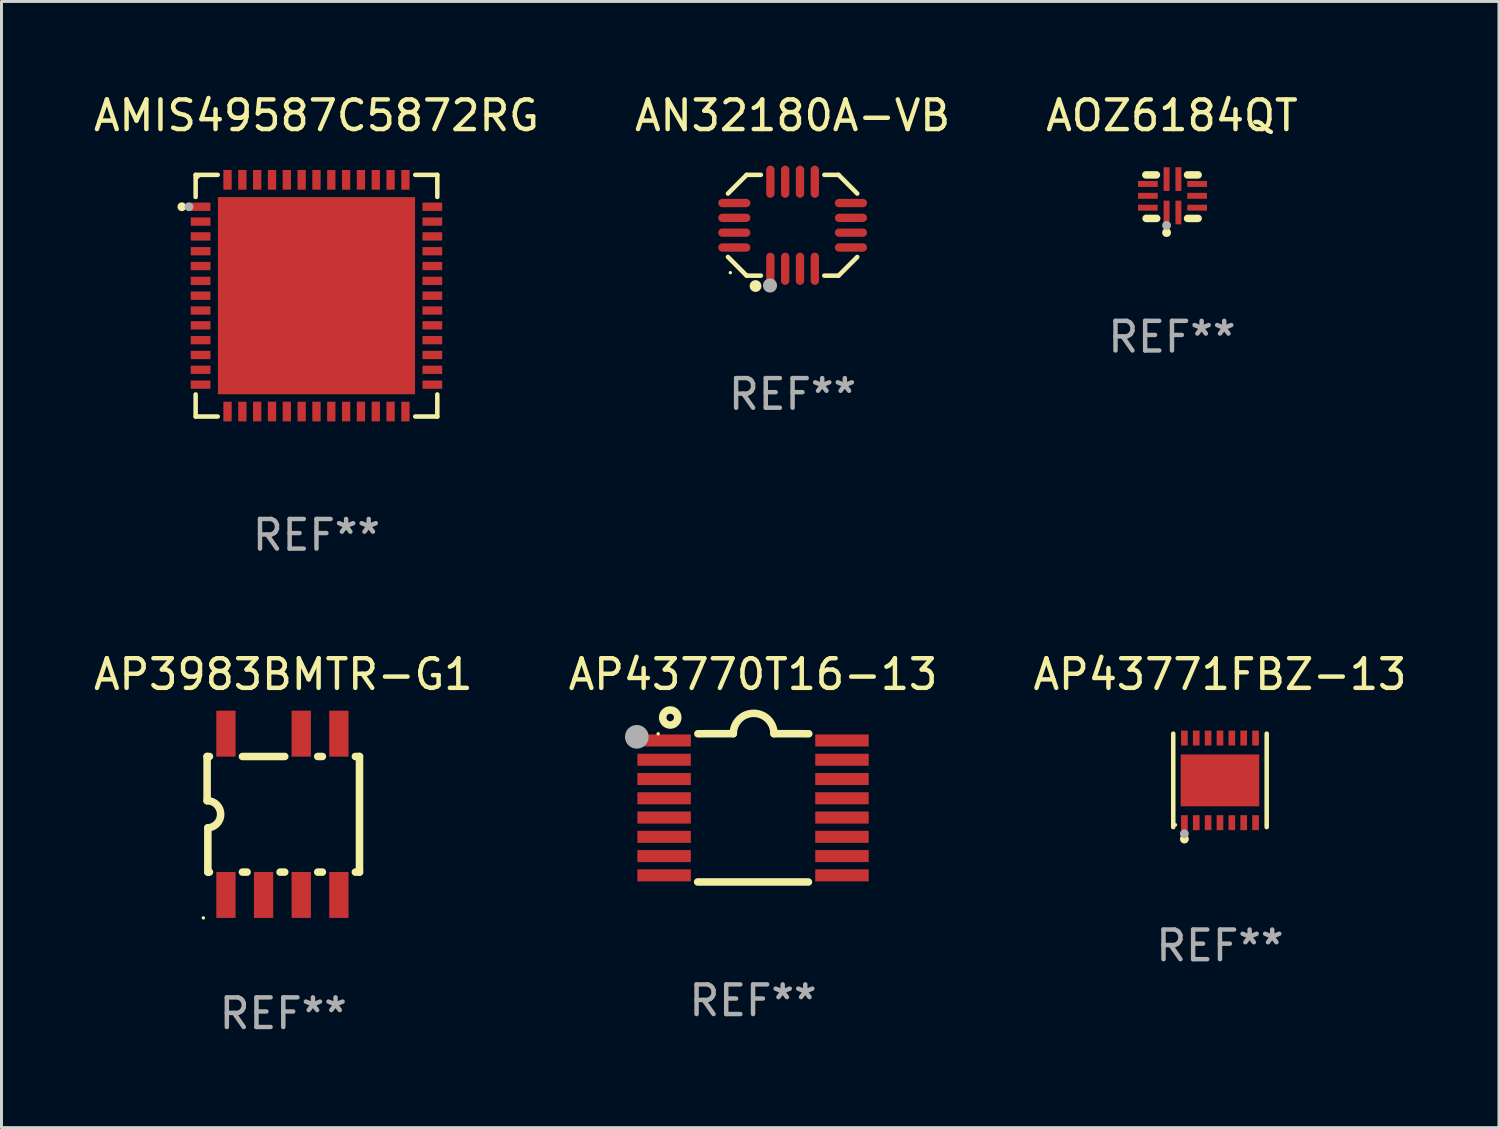
<source format=kicad_pcb>
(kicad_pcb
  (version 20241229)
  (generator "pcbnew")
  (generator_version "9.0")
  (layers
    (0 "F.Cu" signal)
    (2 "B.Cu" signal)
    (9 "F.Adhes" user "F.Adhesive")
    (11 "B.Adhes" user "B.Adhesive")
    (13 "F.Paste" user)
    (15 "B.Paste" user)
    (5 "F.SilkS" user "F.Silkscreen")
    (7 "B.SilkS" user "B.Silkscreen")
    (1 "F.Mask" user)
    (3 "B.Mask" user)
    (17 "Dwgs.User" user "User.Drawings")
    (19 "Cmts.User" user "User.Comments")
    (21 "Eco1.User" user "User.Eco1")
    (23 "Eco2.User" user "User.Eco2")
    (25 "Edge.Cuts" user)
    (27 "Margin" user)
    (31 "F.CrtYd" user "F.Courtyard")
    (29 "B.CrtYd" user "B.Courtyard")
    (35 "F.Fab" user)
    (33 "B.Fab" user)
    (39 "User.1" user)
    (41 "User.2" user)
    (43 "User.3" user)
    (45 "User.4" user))
  (footprint "AP43770T16-13"
    (layer "F.Cu")
    (at 22.351 24.199)
    (property "Reference" "AP43770T16-13" (at 0 -4.501 0) (layer "F.SilkS") (effects (font (size 1 1) (thickness 0.15))))
    (attr through_hole)
    (fp_line (start -1.868 2.501) (end 1.868 2.501) (stroke (width 0.254) (type solid)) (layer "F.SilkS"))
    (fp_line (start -1.86 -2.499) (end -0.666 -2.501) (stroke (width 0.254) (type solid)) (layer "F.SilkS"))
    (fp_line (start 0.706 -2.501) (end 1.88 -2.499) (stroke (width 0.254) (type solid)) (layer "F.SilkS"))
    (fp_arc (start -0.665914 -2.501448) (mid 0.019888 -3.18725) (end 0.70569 -2.501448) (stroke (width 0.254001) (type solid)) (layer "F.SilkS"))
    (fp_circle (center -3.2 -2.497) (end -3.17 -2.497) (stroke (width 0.06) (type solid)) (fill no) (layer "F.SilkS"))
    (fp_circle (center -2.794 -3.047) (end -2.54 -3.047) (stroke (width 0.254) (type solid)) (fill no) (layer "F.SilkS"))
    (fp_circle (center -3.921 -2.395) (end -3.721 -2.395) (stroke (width 0.4) (type solid)) (fill no) (layer "F.Fab"))
    (fp_text user "REF**" (at 0 6.501 0) (layer "F.Fab") (effects (font (size 1 1) (thickness 0.15))))
    (pad "1" smd rect (at -3 -2.272) (size 1.803 0.406) (layers "F.Cu" "F.Mask" "F.Paste"))
    (pad "2" smd rect (at -3 -1.622) (size 1.803 0.406) (layers "F.Cu" "F.Mask" "F.Paste"))
    (pad "3" smd rect (at -3 -0.972) (size 1.803 0.406) (layers "F.Cu" "F.Mask" "F.Paste"))
    (pad "4" smd rect (at -3 -0.322) (size 1.803 0.406) (layers "F.Cu" "F.Mask" "F.Paste"))
    (pad "5" smd rect (at -3 0.328) (size 1.803 0.406) (layers "F.Cu" "F.Mask" "F.Paste"))
    (pad "6" smd rect (at -3 0.978) (size 1.803 0.406) (layers "F.Cu" "F.Mask" "F.Paste"))
    (pad "7" smd rect (at -3 1.628) (size 1.803 0.406) (layers "F.Cu" "F.Mask" "F.Paste"))
    (pad "8" smd rect (at -3 2.278) (size 1.803 0.406) (layers "F.Cu" "F.Mask" "F.Paste"))
    (pad "9" smd rect (at 3 2.278) (size 1.803 0.406) (layers "F.Cu" "F.Mask" "F.Paste"))
    (pad "10" smd rect (at 3 1.628) (size 1.803 0.406) (layers "F.Cu" "F.Mask" "F.Paste"))
    (pad "11" smd rect (at 3 0.978) (size 1.803 0.406) (layers "F.Cu" "F.Mask" "F.Paste"))
    (pad "12" smd rect (at 3 0.328) (size 1.803 0.406) (layers "F.Cu" "F.Mask" "F.Paste"))
    (pad "13" smd rect (at 3 -0.322) (size 1.803 0.406) (layers "F.Cu" "F.Mask" "F.Paste"))
    (pad "14" smd rect (at 3 -0.972) (size 1.803 0.406) (layers "F.Cu" "F.Mask" "F.Paste"))
    (pad "15" smd rect (at 3 -1.622) (size 1.803 0.406) (layers "F.Cu" "F.Mask" "F.Paste"))
    (pad "16" smd rect (at 3 -2.272) (size 1.803 0.406) (layers "F.Cu" "F.Mask" "F.Paste")))
  (footprint "AP43771FBZ-13"
    (layer "F.Cu")
    (at 38.101 23.273)
    (property "Reference" "AP43771FBZ-13" (at 0 -3.576 0) (layer "F.SilkS") (effects (font (size 1 1) (thickness 0.15))))
    (attr through_hole)
    (fp_line (start -1.576 1.576) (end -1.576 -1.576) (stroke (width 0.152) (type solid)) (layer "F.SilkS"))
    (fp_line (start 1.576 1.576) (end 1.576 -1.576) (stroke (width 0.152) (type solid)) (layer "F.SilkS"))
    (fp_circle (center -1.5 1.5) (end -1.47 1.5) (stroke (width 0.06) (type solid)) (fill no) (layer "F.SilkS"))
    (fp_circle (center -1.2 1.98) (end -1.125 1.98) (stroke (width 0.15) (type solid)) (fill no) (layer "F.SilkS"))
    (fp_circle (center -1.2 1.8) (end -1.125 1.8) (stroke (width 0.15) (type solid)) (fill no) (layer "F.Fab"))
    (fp_text user "REF**" (at 0 5.576 0) (layer "F.Fab") (effects (font (size 1 1) (thickness 0.15))))
    (pad "1" smd rect (at -1.2 1.427) (size 0.224 0.505) (layers "F.Cu" "F.Mask" "F.Paste"))
    (pad "2" smd rect (at -0.8 1.427) (size 0.224 0.505) (layers "F.Cu" "F.Mask" "F.Paste"))
    (pad "3" smd rect (at -0.4 1.427) (size 0.224 0.505) (layers "F.Cu" "F.Mask" "F.Paste"))
    (pad "4" smd rect (at 0 1.427) (size 0.224 0.505) (layers "F.Cu" "F.Mask" "F.Paste"))
    (pad "5" smd rect (at 0.4 1.427) (size 0.224 0.505) (layers "F.Cu" "F.Mask" "F.Paste"))
    (pad "6" smd rect (at 0.8 1.427) (size 0.224 0.505) (layers "F.Cu" "F.Mask" "F.Paste"))
    (pad "7" smd rect (at 1.2 1.427) (size 0.224 0.505) (layers "F.Cu" "F.Mask" "F.Paste"))
    (pad "8" smd rect (at 1.2 -1.427) (size 0.224 0.505) (layers "F.Cu" "F.Mask" "F.Paste"))
    (pad "9" smd rect (at 0.8 -1.427) (size 0.224 0.505) (layers "F.Cu" "F.Mask" "F.Paste"))
    (pad "10" smd rect (at 0.4 -1.427) (size 0.224 0.505) (layers "F.Cu" "F.Mask" "F.Paste"))
    (pad "11" smd rect (at 0 -1.427) (size 0.224 0.505) (layers "F.Cu" "F.Mask" "F.Paste"))
    (pad "12" smd rect (at -0.4 -1.427) (size 0.224 0.505) (layers "F.Cu" "F.Mask" "F.Paste"))
    (pad "13" smd rect (at -0.8 -1.427) (size 0.224 0.505) (layers "F.Cu" "F.Mask" "F.Paste"))
    (pad "14" smd rect (at -1.2 -1.427) (size 0.224 0.505) (layers "F.Cu" "F.Mask" "F.Paste"))
    (pad "15" smd rect (at 0 0) (size 2.65 1.75) (layers "F.Cu" "F.Mask" "F.Paste")))
  (footprint "AOZ6184QT"
    (layer "F.Cu")
    (at 36.482 3.583)
    (property "Reference" "AOZ6184QT" (at 0 -2.734 0) (layer "F.SilkS") (effects (font (size 1 1) (thickness 0.15))))
    (attr through_hole)
    (fp_line (start -0.881 -0.734) (end -0.526 -0.734) (stroke (width 0.254) (type solid)) (layer "F.SilkS"))
    (fp_line (start -0.871 0.734) (end -0.516 0.734) (stroke (width 0.254) (type solid)) (layer "F.SilkS"))
    (fp_line (start 0.526 -0.734) (end 0.881 -0.734) (stroke (width 0.254) (type solid)) (layer "F.SilkS"))
    (fp_line (start 0.526 0.734) (end 0.881 0.734) (stroke (width 0.254) (type solid)) (layer "F.SilkS"))
    (fp_circle (center -0.882 0.672) (end -0.852 0.672) (stroke (width 0.06) (type solid)) (fill no) (layer "F.SilkS"))
    (fp_circle (center -0.182 1.212) (end -0.107 1.212) (stroke (width 0.15) (type solid)) (fill no) (layer "F.SilkS"))
    (fp_circle (center -0.182 0.972) (end -0.107 0.972) (stroke (width 0.15) (type solid)) (fill no) (layer "F.Fab"))
    (fp_text user "REF**" (at 0 4.734 0) (layer "F.Fab") (effects (font (size 1 1) (thickness 0.15))))
    (pad "1" smd rect (at -0.182 0.534) (size 0.2 0.8) (layers "F.Cu" "F.Mask" "F.Paste"))
    (pad "2" smd rect (at 0.217 0.534) (size 0.2 0.8) (layers "F.Cu" "F.Mask" "F.Paste"))
    (pad "3" smd rect (at 0.848 0.372) (size 0.665 0.2) (layers "F.Cu" "F.Mask" "F.Paste"))
    (pad "4" smd rect (at 0.848 -0.028) (size 0.665 0.2) (layers "F.Cu" "F.Mask" "F.Paste"))
    (pad "5" smd rect (at 0.848 -0.428) (size 0.665 0.2) (layers "F.Cu" "F.Mask" "F.Paste"))
    (pad "6" smd rect (at 0.217 -0.592) (size 0.2 0.8) (layers "F.Cu" "F.Mask" "F.Paste"))
    (pad "7" smd rect (at -0.182 -0.592) (size 0.2 0.8) (layers "F.Cu" "F.Mask" "F.Paste"))
    (pad "8" smd rect (at -0.813 -0.428) (size 0.665 0.2) (layers "F.Cu" "F.Mask" "F.Paste"))
    (pad "9" smd rect (at -0.813 -0.028) (size 0.665 0.2) (layers "F.Cu" "F.Mask" "F.Paste"))
    (pad "10" smd rect (at -0.813 0.372) (size 0.665 0.2) (layers "F.Cu" "F.Mask" "F.Paste")))
  (footprint "AMIS49587C5872RG"
    (layer "F.Cu")
    (at 7.625 6.924)
    (property "Reference" "AMIS49587C5872RG" (at 0 -6.076 0) (layer "F.SilkS") (effects (font (size 1 1) (thickness 0.15))))
    (attr through_hole)
    (fp_circle (center 1.397 -0.889) (end 2.883 -0.889) (stroke (width 0.254) (type solid)) (fill no) (layer "F.Cu"))
    (fp_line (start -4.076 -4.076) (end -4.076 -3.331) (stroke (width 0.152) (type solid)) (layer "F.SilkS"))
    (fp_line (start -4.076 4.076) (end -4.076 3.331) (stroke (width 0.152) (type solid)) (layer "F.SilkS"))
    (fp_line (start -3.331 -4.076) (end -4.076 -4.076) (stroke (width 0.152) (type solid)) (layer "F.SilkS"))
    (fp_line (start -3.331 4.076) (end -4.076 4.076) (stroke (width 0.152) (type solid)) (layer "F.SilkS"))
    (fp_line (start 3.331 -4.076) (end 4.076 -4.076) (stroke (width 0.152) (type solid)) (layer "F.SilkS"))
    (fp_line (start 3.331 4.076) (end 4.076 4.076) (stroke (width 0.152) (type solid)) (layer "F.SilkS"))
    (fp_line (start 4.076 -4.076) (end 4.076 -3.331) (stroke (width 0.152) (type solid)) (layer "F.SilkS"))
    (fp_line (start 4.076 4.076) (end 4.076 3.331) (stroke (width 0.152) (type solid)) (layer "F.SilkS"))
    (fp_circle (center -4.54 -3) (end -4.465 -3) (stroke (width 0.15) (type solid)) (fill no) (layer "F.SilkS"))
    (fp_circle (center -4 -4) (end -3.97 -4) (stroke (width 0.06) (type solid)) (fill no) (layer "F.SilkS"))
    (fp_circle (center -4.3 -3) (end -4.225 -3) (stroke (width 0.15) (type solid)) (fill no) (layer "F.Fab"))
    (fp_text user "REF**" (at 0 8.076 0) (layer "F.Fab") (effects (font (size 1 1) (thickness 0.15))))
    (pad "1" smd rect (at -3.908 -3) (size 0.665 0.28) (layers "F.Cu" "F.Mask" "F.Paste"))
    (pad "2" smd rect (at -3.908 -2.5) (size 0.665 0.28) (layers "F.Cu" "F.Mask" "F.Paste"))
    (pad "3" smd rect (at -3.908 -2) (size 0.665 0.28) (layers "F.Cu" "F.Mask" "F.Paste"))
    (pad "4" smd rect (at -3.908 -1.5) (size 0.665 0.28) (layers "F.Cu" "F.Mask" "F.Paste"))
    (pad "5" smd rect (at -3.908 -1) (size 0.665 0.28) (layers "F.Cu" "F.Mask" "F.Paste"))
    (pad "6" smd rect (at -3.908 -0.5) (size 0.665 0.28) (layers "F.Cu" "F.Mask" "F.Paste"))
    (pad "7" smd rect (at -3.908 0) (size 0.665 0.28) (layers "F.Cu" "F.Mask" "F.Paste"))
    (pad "8" smd rect (at -3.908 0.5) (size 0.665 0.28) (layers "F.Cu" "F.Mask" "F.Paste"))
    (pad "9" smd rect (at -3.908 1) (size 0.665 0.28) (layers "F.Cu" "F.Mask" "F.Paste"))
    (pad "10" smd rect (at -3.908 1.5) (size 0.665 0.28) (layers "F.Cu" "F.Mask" "F.Paste"))
    (pad "11" smd rect (at -3.908 2) (size 0.665 0.28) (layers "F.Cu" "F.Mask" "F.Paste"))
    (pad "12" smd rect (at -3.908 2.5) (size 0.665 0.28) (layers "F.Cu" "F.Mask" "F.Paste"))
    (pad "13" smd rect (at -3.908 3) (size 0.665 0.28) (layers "F.Cu" "F.Mask" "F.Paste"))
    (pad "14" smd rect (at -3 3.908) (size 0.28 0.665) (layers "F.Cu" "F.Mask" "F.Paste"))
    (pad "15" smd rect (at -2.5 3.908) (size 0.28 0.665) (layers "F.Cu" "F.Mask" "F.Paste"))
    (pad "16" smd rect (at -2 3.908) (size 0.28 0.665) (layers "F.Cu" "F.Mask" "F.Paste"))
    (pad "17" smd rect (at -1.5 3.908) (size 0.28 0.665) (layers "F.Cu" "F.Mask" "F.Paste"))
    (pad "18" smd rect (at -1 3.908) (size 0.28 0.665) (layers "F.Cu" "F.Mask" "F.Paste"))
    (pad "19" smd rect (at -0.5 3.908) (size 0.28 0.665) (layers "F.Cu" "F.Mask" "F.Paste"))
    (pad "20" smd rect (at 0 3.908) (size 0.28 0.665) (layers "F.Cu" "F.Mask" "F.Paste"))
    (pad "21" smd rect (at 0.5 3.908) (size 0.28 0.665) (layers "F.Cu" "F.Mask" "F.Paste"))
    (pad "22" smd rect (at 1 3.908) (size 0.28 0.665) (layers "F.Cu" "F.Mask" "F.Paste"))
    (pad "23" smd rect (at 1.5 3.908) (size 0.28 0.665) (layers "F.Cu" "F.Mask" "F.Paste"))
    (pad "24" smd rect (at 2 3.908) (size 0.28 0.665) (layers "F.Cu" "F.Mask" "F.Paste"))
    (pad "25" smd rect (at 2.5 3.908) (size 0.28 0.665) (layers "F.Cu" "F.Mask" "F.Paste"))
    (pad "26" smd rect (at 3 3.908) (size 0.28 0.665) (layers "F.Cu" "F.Mask" "F.Paste"))
    (pad "27" smd rect (at 3.908 3) (size 0.665 0.28) (layers "F.Cu" "F.Mask" "F.Paste"))
    (pad "28" smd rect (at 3.908 2.5) (size 0.665 0.28) (layers "F.Cu" "F.Mask" "F.Paste"))
    (pad "29" smd rect (at 3.908 2) (size 0.665 0.28) (layers "F.Cu" "F.Mask" "F.Paste"))
    (pad "30" smd rect (at 3.908 1.5) (size 0.665 0.28) (layers "F.Cu" "F.Mask" "F.Paste"))
    (pad "31" smd rect (at 3.908 1) (size 0.665 0.28) (layers "F.Cu" "F.Mask" "F.Paste"))
    (pad "32" smd rect (at 3.908 0.5) (size 0.665 0.28) (layers "F.Cu" "F.Mask" "F.Paste"))
    (pad "33" smd rect (at 3.908 0) (size 0.665 0.28) (layers "F.Cu" "F.Mask" "F.Paste"))
    (pad "34" smd rect (at 3.908 -0.5) (size 0.665 0.28) (layers "F.Cu" "F.Mask" "F.Paste"))
    (pad "35" smd rect (at 3.908 -1) (size 0.665 0.28) (layers "F.Cu" "F.Mask" "F.Paste"))
    (pad "36" smd rect (at 3.908 -1.5) (size 0.665 0.28) (layers "F.Cu" "F.Mask" "F.Paste"))
    (pad "37" smd rect (at 3.908 -2) (size 0.665 0.28) (layers "F.Cu" "F.Mask" "F.Paste"))
    (pad "38" smd rect (at 3.908 -2.5) (size 0.665 0.28) (layers "F.Cu" "F.Mask" "F.Paste"))
    (pad "39" smd rect (at 3.908 -3) (size 0.665 0.28) (layers "F.Cu" "F.Mask" "F.Paste"))
    (pad "40" smd rect (at 3 -3.908) (size 0.28 0.665) (layers "F.Cu" "F.Mask" "F.Paste"))
    (pad "41" smd rect (at 2.5 -3.908) (size 0.28 0.665) (layers "F.Cu" "F.Mask" "F.Paste"))
    (pad "42" smd rect (at 2 -3.908) (size 0.28 0.665) (layers "F.Cu" "F.Mask" "F.Paste"))
    (pad "43" smd rect (at 1.5 -3.908) (size 0.28 0.665) (layers "F.Cu" "F.Mask" "F.Paste"))
    (pad "44" smd rect (at 1 -3.908) (size 0.28 0.665) (layers "F.Cu" "F.Mask" "F.Paste"))
    (pad "45" smd rect (at 0.5 -3.908) (size 0.28 0.665) (layers "F.Cu" "F.Mask" "F.Paste"))
    (pad "46" smd rect (at 0 -3.908) (size 0.28 0.665) (layers "F.Cu" "F.Mask" "F.Paste"))
    (pad "47" smd rect (at -0.5 -3.908) (size 0.28 0.665) (layers "F.Cu" "F.Mask" "F.Paste"))
    (pad "48" smd rect (at -1 -3.908) (size 0.28 0.665) (layers "F.Cu" "F.Mask" "F.Paste"))
    (pad "49" smd rect (at -1.5 -3.908) (size 0.28 0.665) (layers "F.Cu" "F.Mask" "F.Paste"))
    (pad "50" smd rect (at -2 -3.908) (size 0.28 0.665) (layers "F.Cu" "F.Mask" "F.Paste"))
    (pad "51" smd rect (at -2.5 -3.908) (size 0.28 0.665) (layers "F.Cu" "F.Mask" "F.Paste"))
    (pad "52" smd rect (at -3 -3.908) (size 0.28 0.665) (layers "F.Cu" "F.Mask" "F.Paste"))
    (pad "53" smd rect (at 0 0) (size 6.65 6.65) (layers "F.Cu" "F.Mask" "F.Paste")))
  (footprint "AP3983BMTR-G1"
    (layer "F.Cu")
    (at 6.506 24.417)
    (property "Reference" "AP3983BMTR-G1" (at 0 -4.72 0) (layer "F.SilkS") (effects (font (size 1 1) (thickness 0.15))))
    (attr through_hole)
    (fp_line (start -2.57 -1.95) (end -2.491 -1.95) (stroke (width 0.254) (type solid)) (layer "F.SilkS"))
    (fp_line (start -2.57 -0.458) (end -2.57 -1.95) (stroke (width 0.254) (type solid)) (layer "F.SilkS"))
    (fp_line (start -2.545 1.95) (end -2.545 0.457) (stroke (width 0.254) (type solid)) (layer "F.SilkS"))
    (fp_line (start -2.545 1.95) (end -2.491 1.95) (stroke (width 0.254) (type solid)) (layer "F.SilkS"))
    (fp_line (start -1.379 -1.95) (end 0.049 -1.95) (stroke (width 0.254) (type solid)) (layer "F.SilkS"))
    (fp_line (start -1.379 1.95) (end -1.221 1.95) (stroke (width 0.254) (type solid)) (layer "F.SilkS"))
    (fp_line (start -0.109 1.95) (end 0.049 1.95) (stroke (width 0.254) (type solid)) (layer "F.SilkS"))
    (fp_line (start 1.161 -1.95) (end 1.319 -1.95) (stroke (width 0.254) (type solid)) (layer "F.SilkS"))
    (fp_line (start 1.161 1.95) (end 1.319 1.95) (stroke (width 0.254) (type solid)) (layer "F.SilkS"))
    (fp_line (start 2.431 -1.95) (end 2.57 -1.95) (stroke (width 0.254) (type solid)) (layer "F.SilkS"))
    (fp_line (start 2.431 1.95) (end 2.57 1.95) (stroke (width 0.254) (type solid)) (layer "F.SilkS"))
    (fp_line (start 2.57 -1.95) (end 2.57 1.95) (stroke (width 0.254) (type solid)) (layer "F.SilkS"))
    (fp_arc (start -2.570002 -0.457912) (mid -2.112266 -0.012708) (end -2.544602 0.457201) (stroke (width 0.254001) (type solid)) (layer "F.SilkS"))
    (fp_circle (center -2.697 3.495) (end -2.667 3.495) (stroke (width 0.06) (type solid)) (fill no) (layer "F.SilkS"))
    (fp_text user "REF**" (at 0 6.72 0) (layer "F.Fab") (effects (font (size 1 1) (thickness 0.15))))
    (pad "1" smd rect (at -1.935 2.72) (size 0.65 1.55) (layers "F.Cu" "F.Mask" "F.Paste"))
    (pad "2" smd rect (at -0.665 2.72) (size 0.65 1.55) (layers "F.Cu" "F.Mask" "F.Paste"))
    (pad "3" smd rect (at 0.605 2.72) (size 0.65 1.55) (layers "F.Cu" "F.Mask" "F.Paste"))
    (pad "4" smd rect (at 1.875 2.72) (size 0.65 1.55) (layers "F.Cu" "F.Mask" "F.Paste"))
    (pad "5" smd rect (at 1.875 -2.72) (size 0.65 1.55) (layers "F.Cu" "F.Mask" "F.Paste"))
    (pad "6" smd rect (at 0.605 -2.72) (size 0.65 1.55) (layers "F.Cu" "F.Mask" "F.Paste"))
    (pad "7" smd rect (at -1.935 -2.72) (size 0.65 1.55) (layers "F.Cu" "F.Mask" "F.Paste")))
  (footprint "AN32180A-VB"
    (layer "F.Cu")
    (at 23.685 4.548)
    (property "Reference" "AN32180A-VB" (at 0 -3.7 0) (layer "F.SilkS") (effects (font (size 1 1) (thickness 0.15))))
    (attr through_hole)
    (fp_line (start -2.18 -1.069) (end -1.55 -1.7) (stroke (width 0.152) (type solid)) (layer "F.SilkS"))
    (fp_line (start -1.55 1.7) (end -2.181 1.069) (stroke (width 0.152) (type solid)) (layer "F.SilkS"))
    (fp_line (start -1.55 -1.7) (end -1.07 -1.7) (stroke (width 0.152) (type solid)) (layer "F.SilkS"))
    (fp_line (start -1.07 1.7) (end -1.55 1.7) (stroke (width 0.152) (type solid)) (layer "F.SilkS"))
    (fp_line (start 1.07 -1.7) (end 1.55 -1.7) (stroke (width 0.152) (type solid)) (layer "F.SilkS"))
    (fp_line (start 1.55 1.7) (end 1.07 1.7) (stroke (width 0.152) (type solid)) (layer "F.SilkS"))
    (fp_line (start 1.55 -1.7) (end 2.181 -1.069) (stroke (width 0.152) (type solid)) (layer "F.SilkS"))
    (fp_line (start 2.181 1.07) (end 1.55 1.7) (stroke (width 0.152) (type solid)) (layer "F.SilkS"))
    (fp_circle (center -2.1 1.6) (end -2.07 1.6) (stroke (width 0.06) (type solid)) (fill no) (layer "F.SilkS"))
    (fp_circle (center -1.25 2.05) (end -1.15 2.05) (stroke (width 0.2) (type solid)) (fill no) (layer "F.SilkS"))
    (fp_circle (center -0.762 2.032) (end -0.642 2.032) (stroke (width 0.24) (type solid)) (fill no) (layer "F.Fab"))
    (fp_text user "REF**" (at 0 5.7 0) (layer "F.Fab") (effects (font (size 1 1) (thickness 0.15))))
    (pad "1" smd oval (at -0.75 1.468) (size 0.28 1.085) (layers "F.Cu" "F.Mask" "F.Paste"))
    (pad "2" smd oval (at -0.25 1.468) (size 0.28 1.085) (layers "F.Cu" "F.Mask" "F.Paste"))
    (pad "3" smd oval (at 0.25 1.468) (size 0.28 1.085) (layers "F.Cu" "F.Mask" "F.Paste"))
    (pad "4" smd oval (at 0.75 1.468) (size 0.28 1.085) (layers "F.Cu" "F.Mask" "F.Paste"))
    (pad "5" smd oval (at 1.968 0.75) (size 1.085 0.28) (layers "F.Cu" "F.Mask" "F.Paste"))
    (pad "6" smd oval (at 1.968 0.25) (size 1.085 0.28) (layers "F.Cu" "F.Mask" "F.Paste"))
    (pad "7" smd oval (at 1.968 -0.25) (size 1.085 0.28) (layers "F.Cu" "F.Mask" "F.Paste"))
    (pad "8" smd oval (at 1.968 -0.75) (size 1.085 0.28) (layers "F.Cu" "F.Mask" "F.Paste"))
    (pad "9" smd oval (at 0.75 -1.468) (size 0.28 1.085) (layers "F.Cu" "F.Mask" "F.Paste"))
    (pad "10" smd oval (at 0.25 -1.468) (size 0.28 1.085) (layers "F.Cu" "F.Mask" "F.Paste"))
    (pad "11" smd oval (at -0.25 -1.468) (size 0.28 1.085) (layers "F.Cu" "F.Mask" "F.Paste"))
    (pad "12" smd oval (at -0.75 -1.468) (size 0.28 1.085) (layers "F.Cu" "F.Mask" "F.Paste"))
    (pad "13" smd oval (at -1.967 -0.75) (size 1.085 0.28) (layers "F.Cu" "F.Mask" "F.Paste"))
    (pad "14" smd oval (at -1.967 -0.25) (size 1.085 0.28) (layers "F.Cu" "F.Mask" "F.Paste"))
    (pad "15" smd oval (at -1.967 0.25) (size 1.085 0.28) (layers "F.Cu" "F.Mask" "F.Paste"))
    (pad "16" smd oval (at -1.967 0.75) (size 1.085 0.28) (layers "F.Cu" "F.Mask" "F.Paste")))
  (gr_rect
    (start -3 -3)
    (end 47.512 34.986)
    (stroke (width 0.1) (type default))
    (fill no)
    (layer "Edge.Cuts")))
</source>
